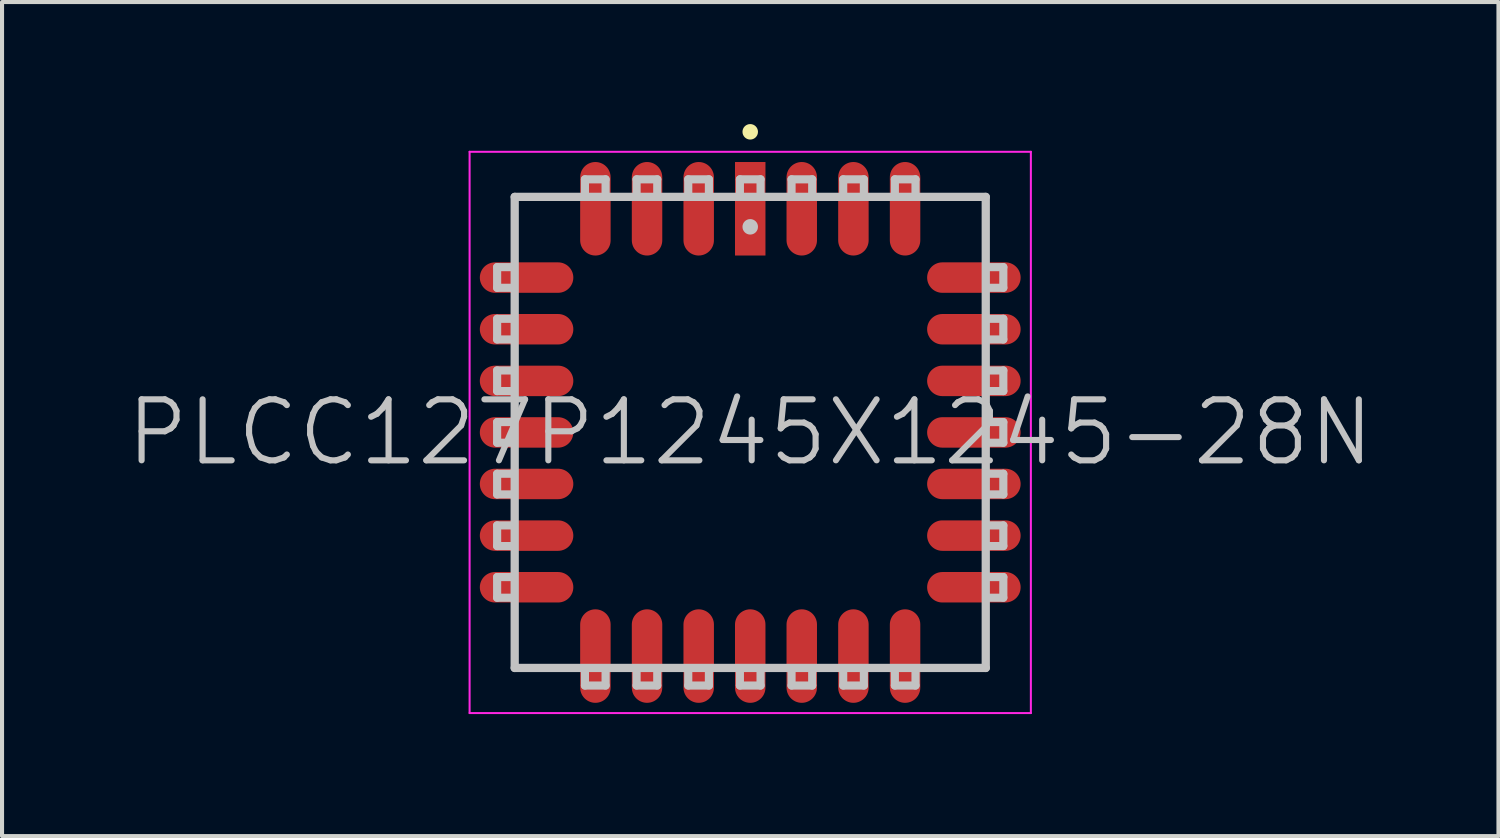
<source format=kicad_pcb>
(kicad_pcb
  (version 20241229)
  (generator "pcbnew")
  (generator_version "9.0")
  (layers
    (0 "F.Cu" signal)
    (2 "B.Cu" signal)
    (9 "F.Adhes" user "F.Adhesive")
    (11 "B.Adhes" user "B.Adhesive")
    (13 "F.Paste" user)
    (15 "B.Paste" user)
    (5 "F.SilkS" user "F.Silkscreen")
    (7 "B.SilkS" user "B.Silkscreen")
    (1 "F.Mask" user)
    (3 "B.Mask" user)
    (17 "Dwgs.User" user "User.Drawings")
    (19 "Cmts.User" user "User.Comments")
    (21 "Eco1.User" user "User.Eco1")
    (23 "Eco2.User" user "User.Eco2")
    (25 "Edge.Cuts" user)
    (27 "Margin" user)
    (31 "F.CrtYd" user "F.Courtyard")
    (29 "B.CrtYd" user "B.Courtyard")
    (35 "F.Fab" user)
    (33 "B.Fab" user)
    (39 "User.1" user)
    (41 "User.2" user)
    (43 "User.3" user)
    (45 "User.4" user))
  (footprint "PLCC127P1245X1245-28N"
    (layer "F.Cu")
    (at 15.396 7.582)
    (property "Reference" "PLCC127P1245X1245-28N" (at 0 0 0) (layer "Dwgs.User") (effects (font (size 1.5 1.5) (thickness 0.15))))
    (attr smd)
    (fp_line (start 0 -7.391) (end 0 -7.391) (stroke (width 0.381) (type solid)) (layer "F.SilkS"))
    (fp_line (start -6.223 -3.556) (end -6.223 -4.064) (stroke (width 0.2) (type solid)) (layer "Dwgs.User"))
    (fp_line (start -6.223 -2.286) (end -6.223 -2.794) (stroke (width 0.2) (type solid)) (layer "Dwgs.User"))
    (fp_line (start -6.223 -1.016) (end -6.223 -1.524) (stroke (width 0.2) (type solid)) (layer "Dwgs.User"))
    (fp_line (start -6.223 0.254) (end -6.223 -0.254) (stroke (width 0.2) (type solid)) (layer "Dwgs.User"))
    (fp_line (start -6.223 1.524) (end -6.223 1.016) (stroke (width 0.2) (type solid)) (layer "Dwgs.User"))
    (fp_line (start -6.223 2.794) (end -6.223 2.286) (stroke (width 0.2) (type solid)) (layer "Dwgs.User"))
    (fp_line (start -6.223 4.064) (end -6.223 3.556) (stroke (width 0.2) (type solid)) (layer "Dwgs.User"))
    (fp_line (start -5.842 -4.064) (end -6.223 -4.064) (stroke (width 0.2) (type solid)) (layer "Dwgs.User"))
    (fp_line (start -5.842 -3.556) (end -6.223 -3.556) (stroke (width 0.2) (type solid)) (layer "Dwgs.User"))
    (fp_line (start -5.842 -2.794) (end -6.223 -2.794) (stroke (width 0.2) (type solid)) (layer "Dwgs.User"))
    (fp_line (start -5.842 -2.286) (end -6.223 -2.286) (stroke (width 0.2) (type solid)) (layer "Dwgs.User"))
    (fp_line (start -5.842 -1.524) (end -6.223 -1.524) (stroke (width 0.2) (type solid)) (layer "Dwgs.User"))
    (fp_line (start -5.842 -1.016) (end -6.223 -1.016) (stroke (width 0.2) (type solid)) (layer "Dwgs.User"))
    (fp_line (start -5.842 -0.254) (end -6.223 -0.254) (stroke (width 0.2) (type solid)) (layer "Dwgs.User"))
    (fp_line (start -5.842 0.254) (end -6.223 0.254) (stroke (width 0.2) (type solid)) (layer "Dwgs.User"))
    (fp_line (start -5.842 1.016) (end -6.223 1.016) (stroke (width 0.2) (type solid)) (layer "Dwgs.User"))
    (fp_line (start -5.842 1.524) (end -6.223 1.524) (stroke (width 0.2) (type solid)) (layer "Dwgs.User"))
    (fp_line (start -5.842 2.286) (end -6.223 2.286) (stroke (width 0.2) (type solid)) (layer "Dwgs.User"))
    (fp_line (start -5.842 2.794) (end -6.223 2.794) (stroke (width 0.2) (type solid)) (layer "Dwgs.User"))
    (fp_line (start -5.842 3.556) (end -6.223 3.556) (stroke (width 0.2) (type solid)) (layer "Dwgs.User"))
    (fp_line (start -5.842 4.064) (end -6.223 4.064) (stroke (width 0.2) (type solid)) (layer "Dwgs.User"))
    (fp_line (start -5.791 -5.791) (end -5.791 5.791) (stroke (width 0.203) (type solid)) (layer "Dwgs.User"))
    (fp_line (start -5.791 -5.791) (end 5.791 -5.791) (stroke (width 0.203) (type solid)) (layer "Dwgs.User"))
    (fp_line (start -5.791 5.791) (end 5.791 5.791) (stroke (width 0.203) (type solid)) (layer "Dwgs.User"))
    (fp_line (start -4.064 -6.223) (end -3.556 -6.223) (stroke (width 0.2) (type solid)) (layer "Dwgs.User"))
    (fp_line (start -4.064 -5.842) (end -4.064 -6.223) (stroke (width 0.2) (type solid)) (layer "Dwgs.User"))
    (fp_line (start -4.064 5.842) (end -4.064 6.223) (stroke (width 0.2) (type solid)) (layer "Dwgs.User"))
    (fp_line (start -3.556 -5.842) (end -3.556 -6.223) (stroke (width 0.2) (type solid)) (layer "Dwgs.User"))
    (fp_line (start -3.556 5.842) (end -3.556 6.223) (stroke (width 0.2) (type solid)) (layer "Dwgs.User"))
    (fp_line (start -3.556 6.223) (end -4.064 6.223) (stroke (width 0.2) (type solid)) (layer "Dwgs.User"))
    (fp_line (start -2.794 -6.223) (end -2.286 -6.223) (stroke (width 0.2) (type solid)) (layer "Dwgs.User"))
    (fp_line (start -2.794 -5.842) (end -2.794 -6.223) (stroke (width 0.2) (type solid)) (layer "Dwgs.User"))
    (fp_line (start -2.794 5.842) (end -2.794 6.223) (stroke (width 0.2) (type solid)) (layer "Dwgs.User"))
    (fp_line (start -2.286 -5.842) (end -2.286 -6.223) (stroke (width 0.2) (type solid)) (layer "Dwgs.User"))
    (fp_line (start -2.286 5.842) (end -2.286 6.223) (stroke (width 0.2) (type solid)) (layer "Dwgs.User"))
    (fp_line (start -2.286 6.223) (end -2.794 6.223) (stroke (width 0.2) (type solid)) (layer "Dwgs.User"))
    (fp_line (start -1.524 -6.223) (end -1.016 -6.223) (stroke (width 0.2) (type solid)) (layer "Dwgs.User"))
    (fp_line (start -1.524 -5.842) (end -1.524 -6.223) (stroke (width 0.2) (type solid)) (layer "Dwgs.User"))
    (fp_line (start -1.524 5.842) (end -1.524 6.223) (stroke (width 0.2) (type solid)) (layer "Dwgs.User"))
    (fp_line (start -1.016 -5.842) (end -1.016 -6.223) (stroke (width 0.2) (type solid)) (layer "Dwgs.User"))
    (fp_line (start -1.016 5.842) (end -1.016 6.223) (stroke (width 0.2) (type solid)) (layer "Dwgs.User"))
    (fp_line (start -1.016 6.223) (end -1.524 6.223) (stroke (width 0.2) (type solid)) (layer "Dwgs.User"))
    (fp_line (start -0.254 -6.223) (end 0.254 -6.223) (stroke (width 0.2) (type solid)) (layer "Dwgs.User"))
    (fp_line (start -0.254 -5.842) (end -0.254 -6.223) (stroke (width 0.2) (type solid)) (layer "Dwgs.User"))
    (fp_line (start -0.254 5.842) (end -0.254 6.223) (stroke (width 0.2) (type solid)) (layer "Dwgs.User"))
    (fp_line (start 0 -5.055) (end 0 -5.055) (stroke (width 0.381) (type solid)) (layer "Dwgs.User"))
    (fp_line (start 0.254 -5.842) (end 0.254 -6.223) (stroke (width 0.2) (type solid)) (layer "Dwgs.User"))
    (fp_line (start 0.254 5.842) (end 0.254 6.223) (stroke (width 0.2) (type solid)) (layer "Dwgs.User"))
    (fp_line (start 0.254 6.223) (end -0.254 6.223) (stroke (width 0.2) (type solid)) (layer "Dwgs.User"))
    (fp_line (start 1.016 -6.223) (end 1.524 -6.223) (stroke (width 0.2) (type solid)) (layer "Dwgs.User"))
    (fp_line (start 1.016 -5.842) (end 1.016 -6.223) (stroke (width 0.2) (type solid)) (layer "Dwgs.User"))
    (fp_line (start 1.016 5.842) (end 1.016 6.223) (stroke (width 0.2) (type solid)) (layer "Dwgs.User"))
    (fp_line (start 1.524 -5.842) (end 1.524 -6.223) (stroke (width 0.2) (type solid)) (layer "Dwgs.User"))
    (fp_line (start 1.524 5.842) (end 1.524 6.223) (stroke (width 0.2) (type solid)) (layer "Dwgs.User"))
    (fp_line (start 1.524 6.223) (end 1.016 6.223) (stroke (width 0.2) (type solid)) (layer "Dwgs.User"))
    (fp_line (start 2.286 -6.223) (end 2.794 -6.223) (stroke (width 0.2) (type solid)) (layer "Dwgs.User"))
    (fp_line (start 2.286 -5.842) (end 2.286 -6.223) (stroke (width 0.2) (type solid)) (layer "Dwgs.User"))
    (fp_line (start 2.286 5.842) (end 2.286 6.223) (stroke (width 0.2) (type solid)) (layer "Dwgs.User"))
    (fp_line (start 2.794 -5.842) (end 2.794 -6.223) (stroke (width 0.2) (type solid)) (layer "Dwgs.User"))
    (fp_line (start 2.794 5.842) (end 2.794 6.223) (stroke (width 0.2) (type solid)) (layer "Dwgs.User"))
    (fp_line (start 2.794 6.223) (end 2.286 6.223) (stroke (width 0.2) (type solid)) (layer "Dwgs.User"))
    (fp_line (start 3.556 -6.223) (end 4.064 -6.223) (stroke (width 0.2) (type solid)) (layer "Dwgs.User"))
    (fp_line (start 3.556 -5.842) (end 3.556 -6.223) (stroke (width 0.2) (type solid)) (layer "Dwgs.User"))
    (fp_line (start 3.556 5.842) (end 3.556 6.223) (stroke (width 0.2) (type solid)) (layer "Dwgs.User"))
    (fp_line (start 4.064 -5.842) (end 4.064 -6.223) (stroke (width 0.2) (type solid)) (layer "Dwgs.User"))
    (fp_line (start 4.064 5.842) (end 4.064 6.223) (stroke (width 0.2) (type solid)) (layer "Dwgs.User"))
    (fp_line (start 4.064 6.223) (end 3.556 6.223) (stroke (width 0.2) (type solid)) (layer "Dwgs.User"))
    (fp_line (start 5.791 -5.791) (end 5.791 5.791) (stroke (width 0.203) (type solid)) (layer "Dwgs.User"))
    (fp_line (start 5.842 -4.064) (end 6.223 -4.064) (stroke (width 0.2) (type solid)) (layer "Dwgs.User"))
    (fp_line (start 5.842 -3.556) (end 6.223 -3.556) (stroke (width 0.2) (type solid)) (layer "Dwgs.User"))
    (fp_line (start 5.842 -2.794) (end 6.223 -2.794) (stroke (width 0.2) (type solid)) (layer "Dwgs.User"))
    (fp_line (start 5.842 -2.286) (end 6.223 -2.286) (stroke (width 0.2) (type solid)) (layer "Dwgs.User"))
    (fp_line (start 5.842 -1.524) (end 6.223 -1.524) (stroke (width 0.2) (type solid)) (layer "Dwgs.User"))
    (fp_line (start 5.842 -1.016) (end 6.223 -1.016) (stroke (width 0.2) (type solid)) (layer "Dwgs.User"))
    (fp_line (start 5.842 -0.254) (end 6.223 -0.254) (stroke (width 0.2) (type solid)) (layer "Dwgs.User"))
    (fp_line (start 5.842 0.254) (end 6.223 0.254) (stroke (width 0.2) (type solid)) (layer "Dwgs.User"))
    (fp_line (start 5.842 1.016) (end 6.223 1.016) (stroke (width 0.2) (type solid)) (layer "Dwgs.User"))
    (fp_line (start 5.842 1.524) (end 6.223 1.524) (stroke (width 0.2) (type solid)) (layer "Dwgs.User"))
    (fp_line (start 5.842 2.286) (end 6.223 2.286) (stroke (width 0.2) (type solid)) (layer "Dwgs.User"))
    (fp_line (start 5.842 2.794) (end 6.223 2.794) (stroke (width 0.2) (type solid)) (layer "Dwgs.User"))
    (fp_line (start 5.842 3.556) (end 6.223 3.556) (stroke (width 0.2) (type solid)) (layer "Dwgs.User"))
    (fp_line (start 5.842 4.064) (end 6.223 4.064) (stroke (width 0.2) (type solid)) (layer "Dwgs.User"))
    (fp_line (start 6.223 -4.064) (end 6.223 -3.556) (stroke (width 0.2) (type solid)) (layer "Dwgs.User"))
    (fp_line (start 6.223 -2.794) (end 6.223 -2.286) (stroke (width 0.2) (type solid)) (layer "Dwgs.User"))
    (fp_line (start 6.223 -1.524) (end 6.223 -1.016) (stroke (width 0.2) (type solid)) (layer "Dwgs.User"))
    (fp_line (start 6.223 -0.254) (end 6.223 0.254) (stroke (width 0.2) (type solid)) (layer "Dwgs.User"))
    (fp_line (start 6.223 1.016) (end 6.223 1.524) (stroke (width 0.2) (type solid)) (layer "Dwgs.User"))
    (fp_line (start 6.223 2.286) (end 6.223 2.794) (stroke (width 0.2) (type solid)) (layer "Dwgs.User"))
    (fp_line (start 6.223 3.556) (end 6.223 4.064) (stroke (width 0.2) (type solid)) (layer "Dwgs.User"))
    (fp_line (start -6.9 -6.9) (end -6.9 6.9) (stroke (width 0.05) (type solid)) (layer "F.CrtYd"))
    (fp_line (start -6.9 -6.9) (end 6.9 -6.9) (stroke (width 0.05) (type solid)) (layer "F.CrtYd"))
    (fp_line (start -6.9 6.9) (end 6.9 6.9) (stroke (width 0.05) (type solid)) (layer "F.CrtYd"))
    (fp_line (start 6.9 -6.9) (end 6.9 6.9) (stroke (width 0.05) (type solid)) (layer "F.CrtYd"))
    (pad "1" smd rect (at 0 -5.499) (size 0.749 2.299) (layers "F.Cu" "F.Mask" "F.Paste"))
    (pad "2" smd oval (at -1.267 -5.499) (size 0.749 2.299) (layers "F.Cu" "F.Mask" "F.Paste"))
    (pad "3" smd oval (at -2.537 -5.499) (size 0.749 2.299) (layers "F.Cu" "F.Mask" "F.Paste"))
    (pad "4" smd oval (at -3.807 -5.499) (size 0.749 2.299) (layers "F.Cu" "F.Mask" "F.Paste"))
    (pad "5" smd oval (at -5.499 -3.807 90) (size 0.749 2.299) (layers "F.Cu" "F.Mask" "F.Paste"))
    (pad "6" smd oval (at -5.499 -2.537 90) (size 0.749 2.299) (layers "F.Cu" "F.Mask" "F.Paste"))
    (pad "7" smd oval (at -5.499 -1.267 90) (size 0.749 2.299) (layers "F.Cu" "F.Mask" "F.Paste"))
    (pad "8" smd oval (at -5.499 0 90) (size 0.749 2.299) (layers "F.Cu" "F.Mask" "F.Paste"))
    (pad "9" smd oval (at -5.499 1.267 90) (size 0.749 2.299) (layers "F.Cu" "F.Mask" "F.Paste"))
    (pad "10" smd oval (at -5.499 2.537 90) (size 0.749 2.299) (layers "F.Cu" "F.Mask" "F.Paste"))
    (pad "11" smd oval (at -5.499 3.807 90) (size 0.749 2.299) (layers "F.Cu" "F.Mask" "F.Paste"))
    (pad "12" smd oval (at -3.807 5.499 180) (size 0.749 2.299) (layers "F.Cu" "F.Mask" "F.Paste"))
    (pad "13" smd oval (at -2.537 5.499 180) (size 0.749 2.299) (layers "F.Cu" "F.Mask" "F.Paste"))
    (pad "14" smd oval (at -1.267 5.499 180) (size 0.749 2.299) (layers "F.Cu" "F.Mask" "F.Paste"))
    (pad "15" smd oval (at 0 5.499 180) (size 0.749 2.299) (layers "F.Cu" "F.Mask" "F.Paste"))
    (pad "16" smd oval (at 1.267 5.499 180) (size 0.749 2.299) (layers "F.Cu" "F.Mask" "F.Paste"))
    (pad "17" smd oval (at 2.537 5.499 180) (size 0.749 2.299) (layers "F.Cu" "F.Mask" "F.Paste"))
    (pad "18" smd oval (at 3.807 5.499 180) (size 0.749 2.299) (layers "F.Cu" "F.Mask" "F.Paste"))
    (pad "19" smd oval (at 5.499 3.807 270) (size 0.749 2.299) (layers "F.Cu" "F.Mask" "F.Paste"))
    (pad "20" smd oval (at 5.499 2.537 270) (size 0.749 2.299) (layers "F.Cu" "F.Mask" "F.Paste"))
    (pad "21" smd oval (at 5.499 1.267 270) (size 0.749 2.299) (layers "F.Cu" "F.Mask" "F.Paste"))
    (pad "22" smd oval (at 5.499 0 270) (size 0.749 2.299) (layers "F.Cu" "F.Mask" "F.Paste"))
    (pad "23" smd oval (at 5.499 -1.267 270) (size 0.749 2.299) (layers "F.Cu" "F.Mask" "F.Paste"))
    (pad "24" smd oval (at 5.499 -2.537 270) (size 0.749 2.299) (layers "F.Cu" "F.Mask" "F.Paste"))
    (pad "25" smd oval (at 5.499 -3.807 270) (size 0.749 2.299) (layers "F.Cu" "F.Mask" "F.Paste"))
    (pad "26" smd oval (at 3.807 -5.499) (size 0.749 2.299) (layers "F.Cu" "F.Mask" "F.Paste"))
    (pad "27" smd oval (at 2.537 -5.499) (size 0.749 2.299) (layers "F.Cu" "F.Mask" "F.Paste"))
    (pad "28" smd oval (at 1.267 -5.499) (size 0.749 2.299) (layers "F.Cu" "F.Mask" "F.Paste")))
  (gr_rect
    (start -3 -3)
    (end 33.793 17.507)
    (stroke (width 0.1) (type default))
    (fill no)
    (layer "Edge.Cuts")))
</source>
